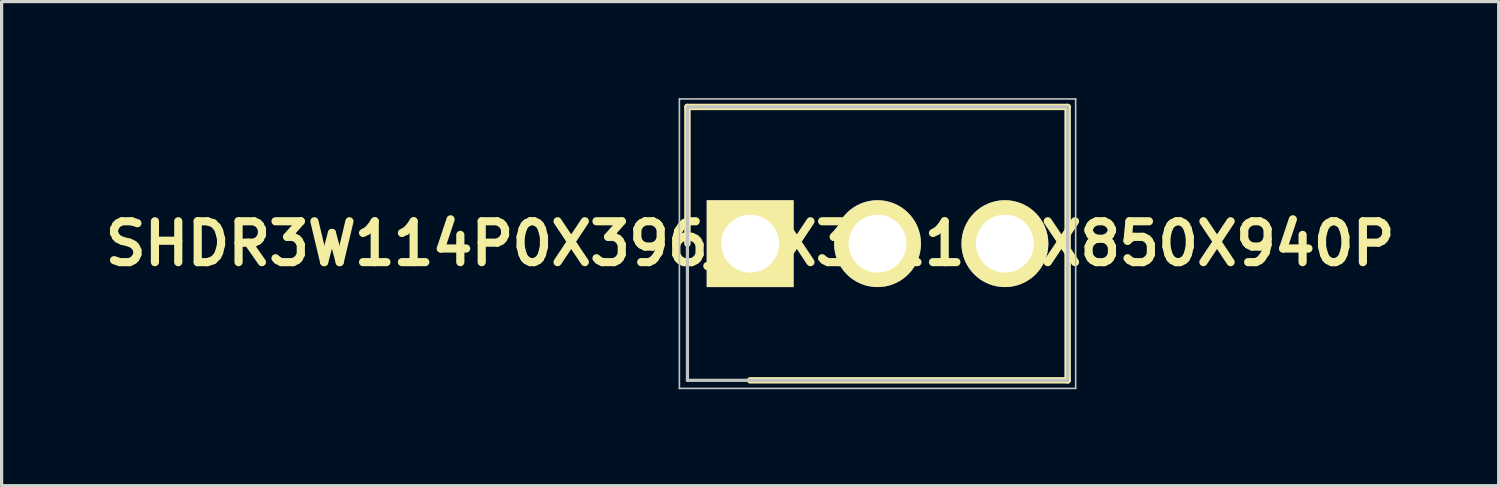
<source format=kicad_pcb>
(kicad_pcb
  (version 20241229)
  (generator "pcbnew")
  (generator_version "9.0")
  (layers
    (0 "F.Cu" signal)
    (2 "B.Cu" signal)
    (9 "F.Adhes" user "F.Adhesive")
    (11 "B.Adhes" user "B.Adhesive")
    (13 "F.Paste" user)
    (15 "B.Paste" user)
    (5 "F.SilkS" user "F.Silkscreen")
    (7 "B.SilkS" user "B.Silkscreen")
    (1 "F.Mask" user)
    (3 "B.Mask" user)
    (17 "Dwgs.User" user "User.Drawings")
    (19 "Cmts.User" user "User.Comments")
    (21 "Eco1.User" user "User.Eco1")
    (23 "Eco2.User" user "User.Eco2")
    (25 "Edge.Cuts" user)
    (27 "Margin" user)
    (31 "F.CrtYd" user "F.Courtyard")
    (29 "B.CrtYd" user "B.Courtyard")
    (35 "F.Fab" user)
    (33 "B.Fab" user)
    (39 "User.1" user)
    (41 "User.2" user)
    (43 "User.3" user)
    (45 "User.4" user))
  (footprint "SHDR3W114P0X396_1X3_1182X850X940P"
    (layer "F.Cu")
    (at 20.272 4.525)
    (property "Reference" "SHDR3W114P0X396_1X3_1182X850X940P" (at 0 0 0) (layer "F.SilkS") (effects (font (size 1.27 1.27) (thickness 0.254))))
    (attr through_hole)
    (fp_line (start -1.95 -4.25) (end -1.95 0) (stroke (width 0.2) (type solid)) (layer "F.SilkS"))
    (fp_line (start 0 4.25) (end 9.87 4.25) (stroke (width 0.2) (type solid)) (layer "F.SilkS"))
    (fp_line (start 9.87 -4.25) (end -1.95 -4.25) (stroke (width 0.2) (type solid)) (layer "F.SilkS"))
    (fp_line (start 9.87 4.25) (end 9.87 -4.25) (stroke (width 0.2) (type solid)) (layer "F.SilkS"))
    (fp_line (start -2.2 -4.5) (end 10.12 -4.5) (stroke (width 0.05) (type solid)) (layer "Dwgs.User"))
    (fp_line (start -2.2 4.5) (end -2.2 -4.5) (stroke (width 0.05) (type solid)) (layer "Dwgs.User"))
    (fp_line (start -1.95 -4.25) (end 9.87 -4.25) (stroke (width 0.1) (type solid)) (layer "Dwgs.User"))
    (fp_line (start -1.95 4.25) (end -1.95 -4.25) (stroke (width 0.1) (type solid)) (layer "Dwgs.User"))
    (fp_line (start 9.87 -4.25) (end 9.87 4.25) (stroke (width 0.1) (type solid)) (layer "Dwgs.User"))
    (fp_line (start 9.87 4.25) (end -1.95 4.25) (stroke (width 0.1) (type solid)) (layer "Dwgs.User"))
    (fp_line (start 10.12 -4.5) (end 10.12 4.5) (stroke (width 0.05) (type solid)) (layer "Dwgs.User"))
    (fp_line (start 10.12 4.5) (end -2.2 4.5) (stroke (width 0.05) (type solid)) (layer "Dwgs.User"))
    (pad "1" thru_hole rect (at 0 0 90) (size 2.7 2.7) (drill 1.8) (layers "*.Cu" "*.Mask" "F.SilkS"))
    (pad "2" thru_hole circle (at 3.96 0 90) (size 2.7 2.7) (drill 1.8) (layers "*.Cu" "*.Mask" "F.SilkS"))
    (pad "3" thru_hole circle (at 7.92 0 90) (size 2.7 2.7) (drill 1.8) (layers "*.Cu" "*.Mask" "F.SilkS")))
  (gr_rect
    (start -3 -3)
    (end 43.543 12.05)
    (stroke (width 0.1) (type default))
    (fill no)
    (layer "Edge.Cuts")))
</source>
